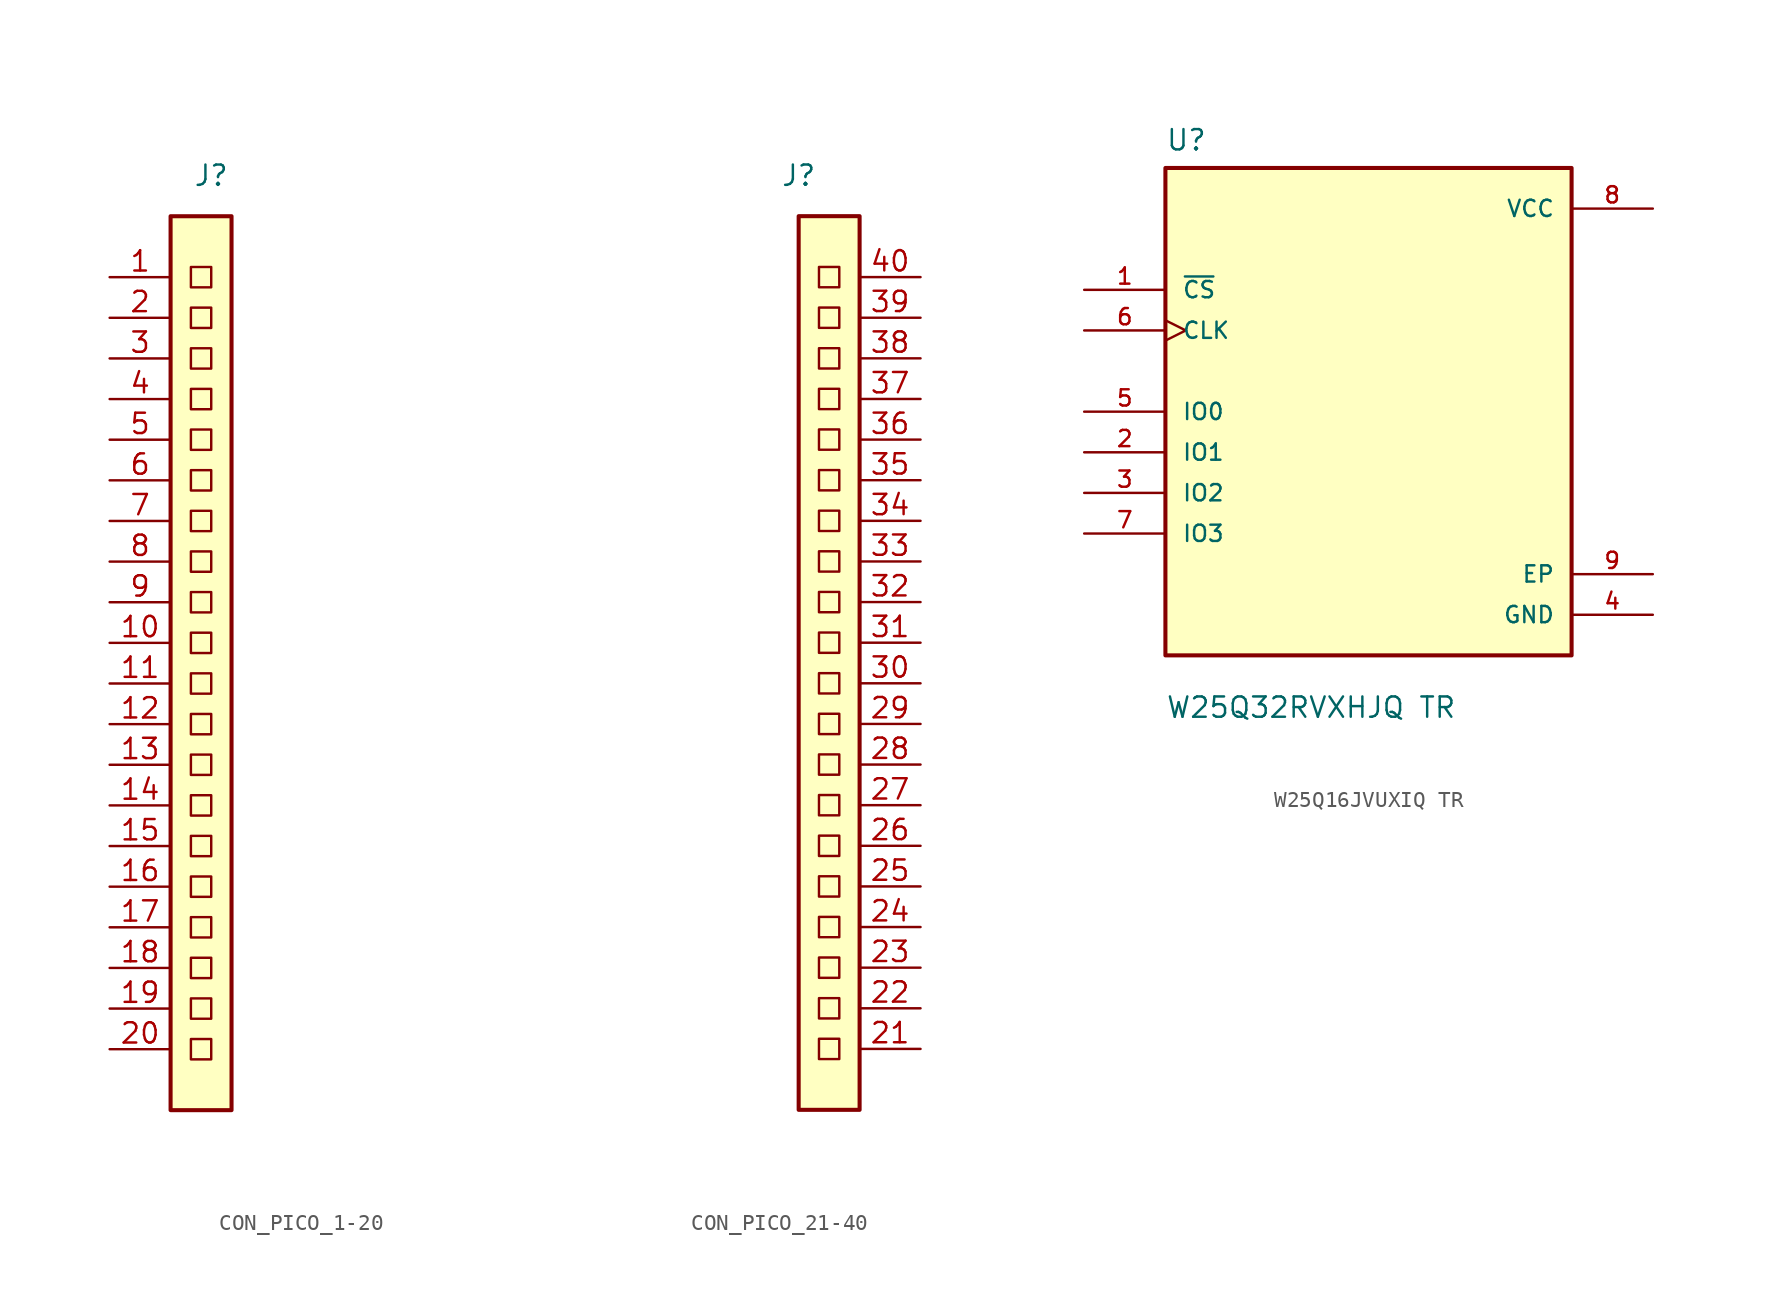
<source format=kicad_sym>
(kicad_symbol_lib
  (version 20231120)
  (generator "kicad_symbol_editor")
  (generator_version "8.0")
  (symbol "CON_PICO_1-20"
    (property "Reference" "J"
      (at -13.97 29.21 0)
      (effects (font (size 1.27 1.27))))
    (property "Value" ""
      (at 3.81 -15.24 0)
      (effects (font (size 1.27 1.27))))
    (symbol "CON_PICO_1-20_0_1"
      (rectangle (start -16.51 26.67) (end -12.7 -29.21) (stroke (width 0.254) (type default)) (fill (type background)))
      (rectangle (start -15.24 -24.765) (end -13.97 -26.035) (stroke (width 0) (type default)) (fill (type none)))
      (rectangle (start -15.24 -22.225) (end -13.97 -23.495) (stroke (width 0) (type default)) (fill (type none)))
      (rectangle (start -15.24 -19.685) (end -13.97 -20.955) (stroke (width 0) (type default)) (fill (type none)))
      (rectangle (start -15.24 -17.145) (end -13.97 -18.415) (stroke (width 0) (type default)) (fill (type none)))
      (rectangle (start -15.24 -14.605) (end -13.97 -15.875) (stroke (width 0) (type default)) (fill (type none)))
      (rectangle (start -15.24 -12.065) (end -13.97 -13.335) (stroke (width 0) (type default)) (fill (type none)))
      (rectangle (start -15.24 -9.525) (end -13.97 -10.795) (stroke (width 0) (type default)) (fill (type none)))
      (rectangle (start -15.24 -6.985) (end -13.97 -8.255) (stroke (width 0) (type default)) (fill (type none)))
      (rectangle (start -15.24 -4.445) (end -13.97 -5.715) (stroke (width 0) (type default)) (fill (type none)))
      (rectangle (start -15.24 -1.905) (end -13.97 -3.175) (stroke (width 0) (type default)) (fill (type none)))
      (rectangle (start -15.24 0.635) (end -13.97 -0.635) (stroke (width 0) (type default)) (fill (type none)))
      (rectangle (start -15.24 3.175) (end -13.97 1.905) (stroke (width 0) (type default)) (fill (type none)))
      (rectangle (start -15.24 5.715) (end -13.97 4.445) (stroke (width 0) (type default)) (fill (type none)))
      (rectangle (start -15.24 8.255) (end -13.97 6.985) (stroke (width 0) (type default)) (fill (type none)))
      (rectangle (start -15.24 10.795) (end -13.97 9.525) (stroke (width 0) (type default)) (fill (type none)))
      (rectangle (start -15.24 13.335) (end -13.97 12.065) (stroke (width 0) (type default)) (fill (type none)))
      (rectangle (start -15.24 15.875) (end -13.97 14.605) (stroke (width 0) (type default)) (fill (type none)))
      (rectangle (start -15.24 18.415) (end -13.97 17.145) (stroke (width 0) (type default)) (fill (type none)))
      (rectangle (start -15.24 20.955) (end -13.97 19.685) (stroke (width 0) (type default)) (fill (type none)))
      (rectangle (start -15.24 23.495) (end -13.97 22.225) (stroke (width 0) (type default)) (fill (type none))))
    (symbol "CON_PICO_1-20_1_1"
      (pin input line (at -20.32 22.86 0) (length 3.81) (name "" (effects (font (size 1.27 1.27)))) (number "1" (effects (font (size 1.27 1.27)))))
      (pin input line (at -20.32 0 0) (length 3.81) (name "" (effects (font (size 1.27 1.27)))) (number "10" (effects (font (size 1.27 1.27)))))
      (pin input line (at -20.32 -2.54 0) (length 3.81) (name "" (effects (font (size 1.27 1.27)))) (number "11" (effects (font (size 1.27 1.27)))))
      (pin input line (at -20.32 -5.08 0) (length 3.81) (name "" (effects (font (size 1.27 1.27)))) (number "12" (effects (font (size 1.27 1.27)))))
      (pin input line (at -20.32 -7.62 0) (length 3.81) (name "" (effects (font (size 1.27 1.27)))) (number "13" (effects (font (size 1.27 1.27)))))
      (pin input line (at -20.32 -10.16 0) (length 3.81) (name "" (effects (font (size 1.27 1.27)))) (number "14" (effects (font (size 1.27 1.27)))))
      (pin input line (at -20.32 -12.7 0) (length 3.81) (name "" (effects (font (size 1.27 1.27)))) (number "15" (effects (font (size 1.27 1.27)))))
      (pin input line (at -20.32 -15.24 0) (length 3.81) (name "" (effects (font (size 1.27 1.27)))) (number "16" (effects (font (size 1.27 1.27)))))
      (pin input line (at -20.32 -17.78 0) (length 3.81) (name "" (effects (font (size 1.27 1.27)))) (number "17" (effects (font (size 1.27 1.27)))))
      (pin input line (at -20.32 -20.32 0) (length 3.81) (name "" (effects (font (size 1.27 1.27)))) (number "18" (effects (font (size 1.27 1.27)))))
      (pin input line (at -20.32 -22.86 0) (length 3.81) (name "" (effects (font (size 1.27 1.27)))) (number "19" (effects (font (size 1.27 1.27)))))
      (pin input line (at -20.32 20.32 0) (length 3.81) (name "" (effects (font (size 1.27 1.27)))) (number "2" (effects (font (size 1.27 1.27)))))
      (pin input line (at -20.32 -25.4 0) (length 3.81) (name "" (effects (font (size 1.27 1.27)))) (number "20" (effects (font (size 1.27 1.27)))))
      (pin input line (at -20.32 17.78 0) (length 3.81) (name "" (effects (font (size 1.27 1.27)))) (number "3" (effects (font (size 1.27 1.27)))))
      (pin input line (at -20.32 15.24 0) (length 3.81) (name "" (effects (font (size 1.27 1.27)))) (number "4" (effects (font (size 1.27 1.27)))))
      (pin input line (at -20.32 12.7 0) (length 3.81) (name "" (effects (font (size 1.27 1.27)))) (number "5" (effects (font (size 1.27 1.27)))))
      (pin input line (at -20.32 10.16 0) (length 3.81) (name "" (effects (font (size 1.27 1.27)))) (number "6" (effects (font (size 1.27 1.27)))))
      (pin input line (at -20.32 7.62 0) (length 3.81) (name "" (effects (font (size 1.27 1.27)))) (number "7" (effects (font (size 1.27 1.27)))))
      (pin input line (at -20.32 5.08 0) (length 3.81) (name "" (effects (font (size 1.27 1.27)))) (number "8" (effects (font (size 1.27 1.27)))))
      (pin input line (at -20.32 2.54 0) (length 3.81) (name "" (effects (font (size 1.27 1.27)))) (number "9" (effects (font (size 1.27 1.27)))))))
  (symbol "CON_PICO_21-40"
    (property "Reference" "J"
      (at 13.97 29.21 0)
      (effects (font (size 1.27 1.27))))
    (property "Value" ""
      (at 3.81 -15.24 0)
      (effects (font (size 1.27 1.27))))
    (symbol "CON_PICO_21-40_0_1"
      (rectangle (start 13.97 26.67) (end 17.78 -29.21) (stroke (width 0.254) (type default)) (fill (type background)))
      (rectangle (start 15.24 -24.765) (end 16.51 -26.035) (stroke (width 0) (type default)) (fill (type none)))
      (rectangle (start 15.24 -22.225) (end 16.51 -23.495) (stroke (width 0) (type default)) (fill (type none)))
      (rectangle (start 15.24 -19.685) (end 16.51 -20.955) (stroke (width 0) (type default)) (fill (type none)))
      (rectangle (start 15.24 -17.145) (end 16.51 -18.415) (stroke (width 0) (type default)) (fill (type none)))
      (rectangle (start 15.24 -14.605) (end 16.51 -15.875) (stroke (width 0) (type default)) (fill (type none)))
      (rectangle (start 15.24 -12.065) (end 16.51 -13.335) (stroke (width 0) (type default)) (fill (type none)))
      (rectangle (start 15.24 -9.525) (end 16.51 -10.795) (stroke (width 0) (type default)) (fill (type none)))
      (rectangle (start 15.24 -6.985) (end 16.51 -8.255) (stroke (width 0) (type default)) (fill (type none)))
      (rectangle (start 15.24 -4.445) (end 16.51 -5.715) (stroke (width 0) (type default)) (fill (type none)))
      (rectangle (start 15.24 -1.905) (end 16.51 -3.175) (stroke (width 0) (type default)) (fill (type none)))
      (rectangle (start 15.24 0.635) (end 16.51 -0.635) (stroke (width 0) (type default)) (fill (type none)))
      (rectangle (start 15.24 3.175) (end 16.51 1.905) (stroke (width 0) (type default)) (fill (type none)))
      (rectangle (start 15.24 5.715) (end 16.51 4.445) (stroke (width 0) (type default)) (fill (type none)))
      (rectangle (start 15.24 8.255) (end 16.51 6.985) (stroke (width 0) (type default)) (fill (type none)))
      (rectangle (start 15.24 10.795) (end 16.51 9.525) (stroke (width 0) (type default)) (fill (type none)))
      (rectangle (start 15.24 13.335) (end 16.51 12.065) (stroke (width 0) (type default)) (fill (type none)))
      (rectangle (start 15.24 15.875) (end 16.51 14.605) (stroke (width 0) (type default)) (fill (type none)))
      (rectangle (start 15.24 18.415) (end 16.51 17.145) (stroke (width 0) (type default)) (fill (type none)))
      (rectangle (start 15.24 20.955) (end 16.51 19.685) (stroke (width 0) (type default)) (fill (type none)))
      (rectangle (start 15.24 23.495) (end 16.51 22.225) (stroke (width 0) (type default)) (fill (type none))))
    (symbol "CON_PICO_21-40_1_1"
      (pin input line (at 21.59 -25.4 180) (length 3.81) (name "" (effects (font (size 1.27 1.27)))) (number "21" (effects (font (size 1.27 1.27)))))
      (pin input line (at 21.59 -22.86 180) (length 3.81) (name "" (effects (font (size 1.27 1.27)))) (number "22" (effects (font (size 1.27 1.27)))))
      (pin input line (at 21.59 -20.32 180) (length 3.81) (name "" (effects (font (size 1.27 1.27)))) (number "23" (effects (font (size 1.27 1.27)))))
      (pin input line (at 21.59 -17.78 180) (length 3.81) (name "" (effects (font (size 1.27 1.27)))) (number "24" (effects (font (size 1.27 1.27)))))
      (pin input line (at 21.59 -15.24 180) (length 3.81) (name "" (effects (font (size 1.27 1.27)))) (number "25" (effects (font (size 1.27 1.27)))))
      (pin input line (at 21.59 -12.7 180) (length 3.81) (name "" (effects (font (size 1.27 1.27)))) (number "26" (effects (font (size 1.27 1.27)))))
      (pin input line (at 21.59 -10.16 180) (length 3.81) (name "" (effects (font (size 1.27 1.27)))) (number "27" (effects (font (size 1.27 1.27)))))
      (pin input line (at 21.59 -7.62 180) (length 3.81) (name "" (effects (font (size 1.27 1.27)))) (number "28" (effects (font (size 1.27 1.27)))))
      (pin input line (at 21.59 -5.08 180) (length 3.81) (name "" (effects (font (size 1.27 1.27)))) (number "29" (effects (font (size 1.27 1.27)))))
      (pin input line (at 21.59 -2.54 180) (length 3.81) (name "" (effects (font (size 1.27 1.27)))) (number "30" (effects (font (size 1.27 1.27)))))
      (pin input line (at 21.59 0 180) (length 3.81) (name "" (effects (font (size 1.27 1.27)))) (number "31" (effects (font (size 1.27 1.27)))))
      (pin input line (at 21.59 2.54 180) (length 3.81) (name "" (effects (font (size 1.27 1.27)))) (number "32" (effects (font (size 1.27 1.27)))))
      (pin input line (at 21.59 5.08 180) (length 3.81) (name "" (effects (font (size 1.27 1.27)))) (number "33" (effects (font (size 1.27 1.27)))))
      (pin input line (at 21.59 7.62 180) (length 3.81) (name "" (effects (font (size 1.27 1.27)))) (number "34" (effects (font (size 1.27 1.27)))))
      (pin input line (at 21.59 10.16 180) (length 3.81) (name "" (effects (font (size 1.27 1.27)))) (number "35" (effects (font (size 1.27 1.27)))))
      (pin input line (at 21.59 12.7 180) (length 3.81) (name "" (effects (font (size 1.27 1.27)))) (number "36" (effects (font (size 1.27 1.27)))))
      (pin input line (at 21.59 15.24 180) (length 3.81) (name "" (effects (font (size 1.27 1.27)))) (number "37" (effects (font (size 1.27 1.27)))))
      (pin input line (at 21.59 17.78 180) (length 3.81) (name "" (effects (font (size 1.27 1.27)))) (number "38" (effects (font (size 1.27 1.27)))))
      (pin input line (at 21.59 20.32 180) (length 3.81) (name "" (effects (font (size 1.27 1.27)))) (number "39" (effects (font (size 1.27 1.27)))))
      (pin input line (at 21.59 22.86 180) (length 3.81) (name "" (effects (font (size 1.27 1.27)))) (number "40" (effects (font (size 1.27 1.27)))))))
  (symbol "W25Q16JVUXIQ TR"
    (pin_names
      (offset 1.016))
    (property "Reference" "U"
      (at -12.7 16.24 0)
      (effects (font (size 1.27 1.27)) (justify left bottom)))
    (property "Value" "W25Q32RVXHJQ TR"
      (at -12.7 -19.24 0)
      (effects (font (size 1.27 1.27)) (justify left bottom)))
    (symbol "W25Q16JVUXIQ TR_0_0"
      (pin input line (at -17.78 7.62 0) (length 5.08) (name "~{CS}" (effects (font (size 1.016 1.016)))) (number "1" (effects (font (size 1.016 1.016)))))
      (pin bidirectional line (at -17.78 -2.54 0) (length 5.08) (name "IO1" (effects (font (size 1.016 1.016)))) (number "2" (effects (font (size 1.016 1.016)))))
      (pin bidirectional line (at -17.78 -5.08 0) (length 5.08) (name "IO2" (effects (font (size 1.016 1.016)))) (number "3" (effects (font (size 1.016 1.016)))))
      (pin power_in line (at 17.78 -12.7 180) (length 5.08) (name "GND" (effects (font (size 1.016 1.016)))) (number "4" (effects (font (size 1.016 1.016)))))
      (pin bidirectional line (at -17.78 0 0) (length 5.08) (name "IO0" (effects (font (size 1.016 1.016)))) (number "5" (effects (font (size 1.016 1.016)))))
      (pin input clock (at -17.78 5.08 0) (length 5.08) (name "CLK" (effects (font (size 1.016 1.016)))) (number "6" (effects (font (size 1.016 1.016)))))
      (pin bidirectional line (at -17.78 -7.62 0) (length 5.08) (name "IO3" (effects (font (size 1.016 1.016)))) (number "7" (effects (font (size 1.016 1.016)))))
      (pin power_in line (at 17.78 12.7 180) (length 5.08) (name "VCC" (effects (font (size 1.016 1.016)))) (number "8" (effects (font (size 1.016 1.016))))))
    (symbol "W25Q16JVUXIQ TR_1_0"
      (rectangle (start -12.7 15.24) (end 12.7 -15.24) (stroke (width 0.254) (type default)) (fill (type background)))
      (pin bidirectional line (at 17.78 -10.16 180) (length 5.08) (name "EP" (effects (font (size 1.016 1.016)))) (number "9" (effects (font (size 1.016 1.016))))))))
</source>
